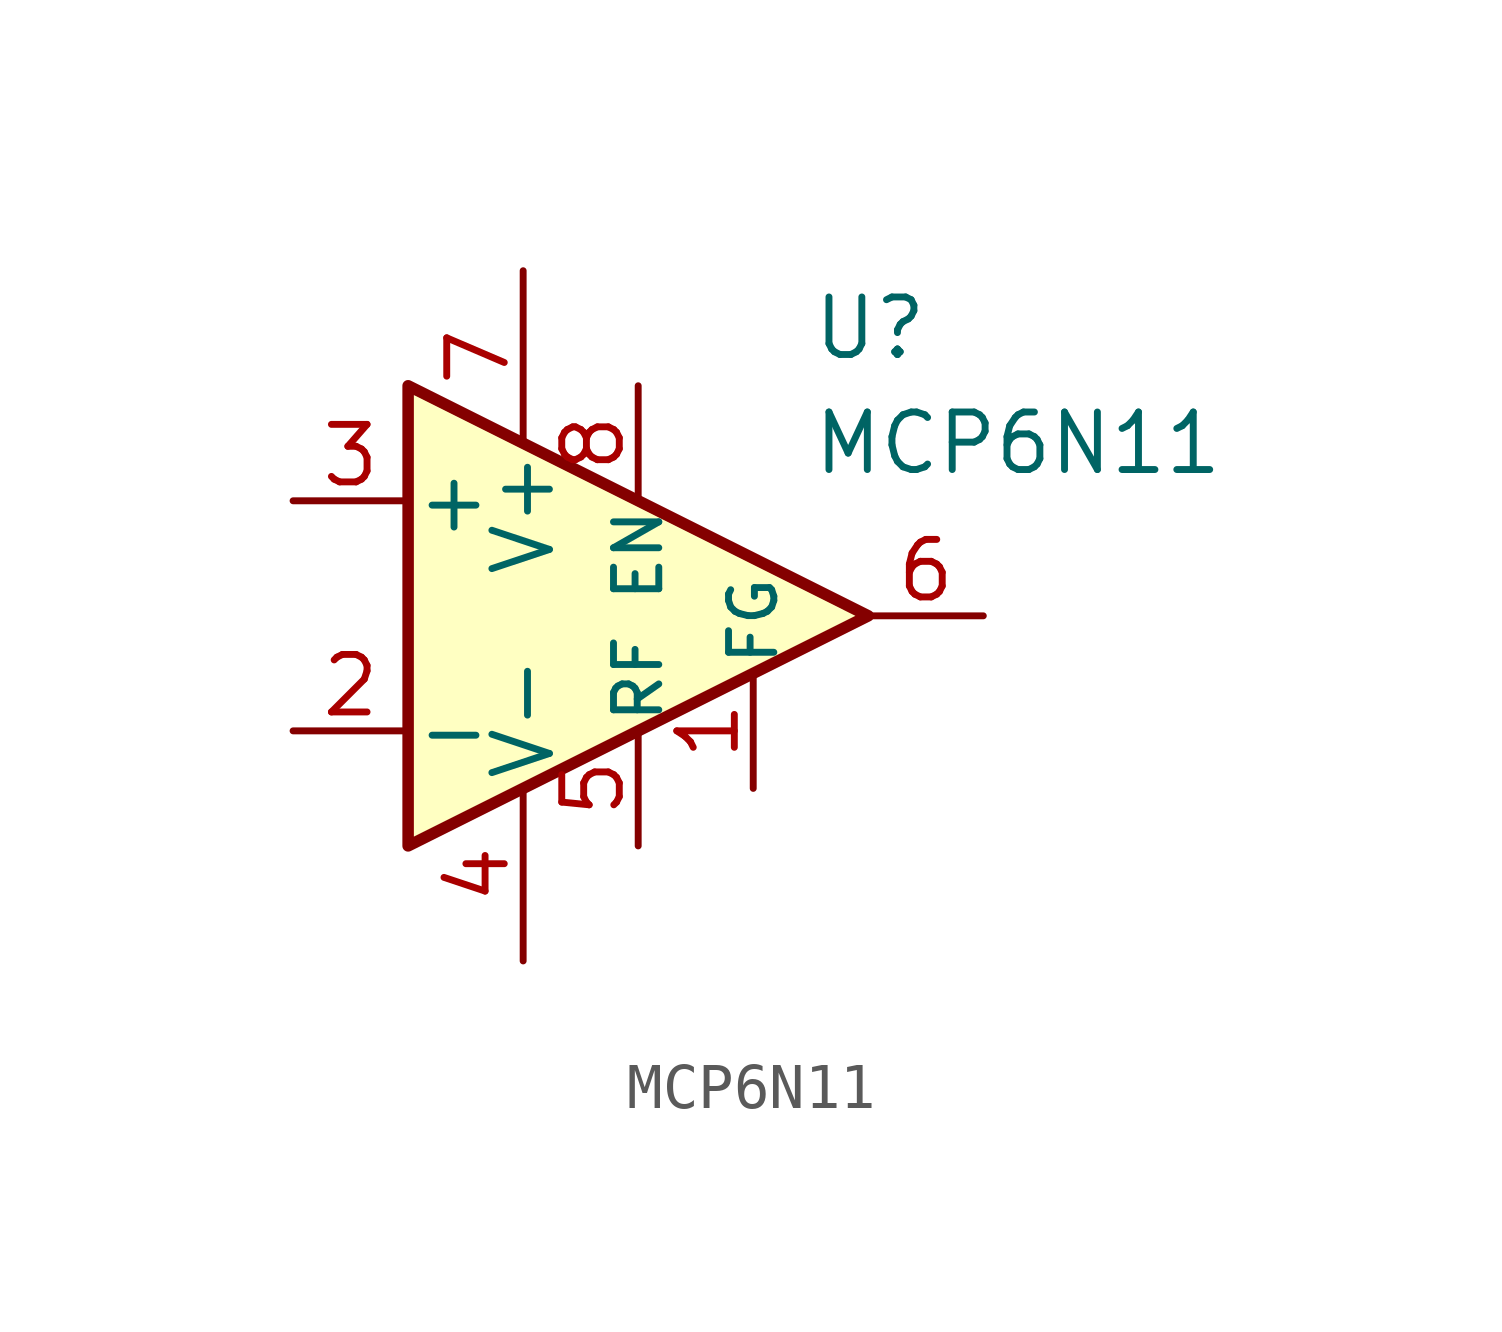
<source format=kicad_sym>
(kicad_symbol_lib
  (version 20220914)
  (generator kicad_symbol_editor)
  (symbol "MCP6N11"
    (pin_names
      (offset 0.127))
    (property "Reference" "U"
      (at 3.81 6.35 0)
      (effects (font (size 1.27 1.27)) (justify left)))
    (property "Value" "MCP6N11"
      (at 3.81 3.81 0)
      (effects (font (size 1.27 1.27)) (justify left)))
    (symbol "MCP6N11_0_1"
      (polyline (pts (xy -5.08 5.08) (xy 5.08 0) (xy -5.08 -5.08) (xy -5.08 5.08)) (stroke (width 0.254) (type default)) (fill (type background))))
    (symbol "MCP6N11_1_1"
      (pin passive line (at 2.54 -3.81 90) (length 2.54) (name "FG" (effects (font (size 1 1)))) (number "1" (effects (font (size 1.27 1.27)))))
      (pin input line (at -7.62 -2.54 0) (length 2.54) (name "-" (effects (font (size 1.27 1.27)))) (number "2" (effects (font (size 1.27 1.27)))))
      (pin input line (at -7.62 2.54 0) (length 2.54) (name "+" (effects (font (size 1.27 1.27)))) (number "3" (effects (font (size 1.27 1.27)))))
      (pin power_in line (at -2.54 -7.62 90) (length 3.81) (name "V-" (effects (font (size 1.27 1.27)))) (number "4" (effects (font (size 1.27 1.27)))))
      (pin passive line (at 0 -5.08 90) (length 2.54) (name "RF" (effects (font (size 1 1)))) (number "5" (effects (font (size 1.27 1.27)))))
      (pin output line (at 7.62 0 180) (length 2.54) (name "~" (effects (font (size 1.27 1.27)))) (number "6" (effects (font (size 1.27 1.27)))))
      (pin power_in line (at -2.54 7.62 270) (length 3.81) (name "V+" (effects (font (size 1.27 1.27)))) (number "7" (effects (font (size 1.27 1.27)))))
      (pin input line (at 0 5.08 270) (length 2.54) (name "EN" (effects (font (size 1 1)))) (number "8" (effects (font (size 1.27 1.27))))))))
</source>
